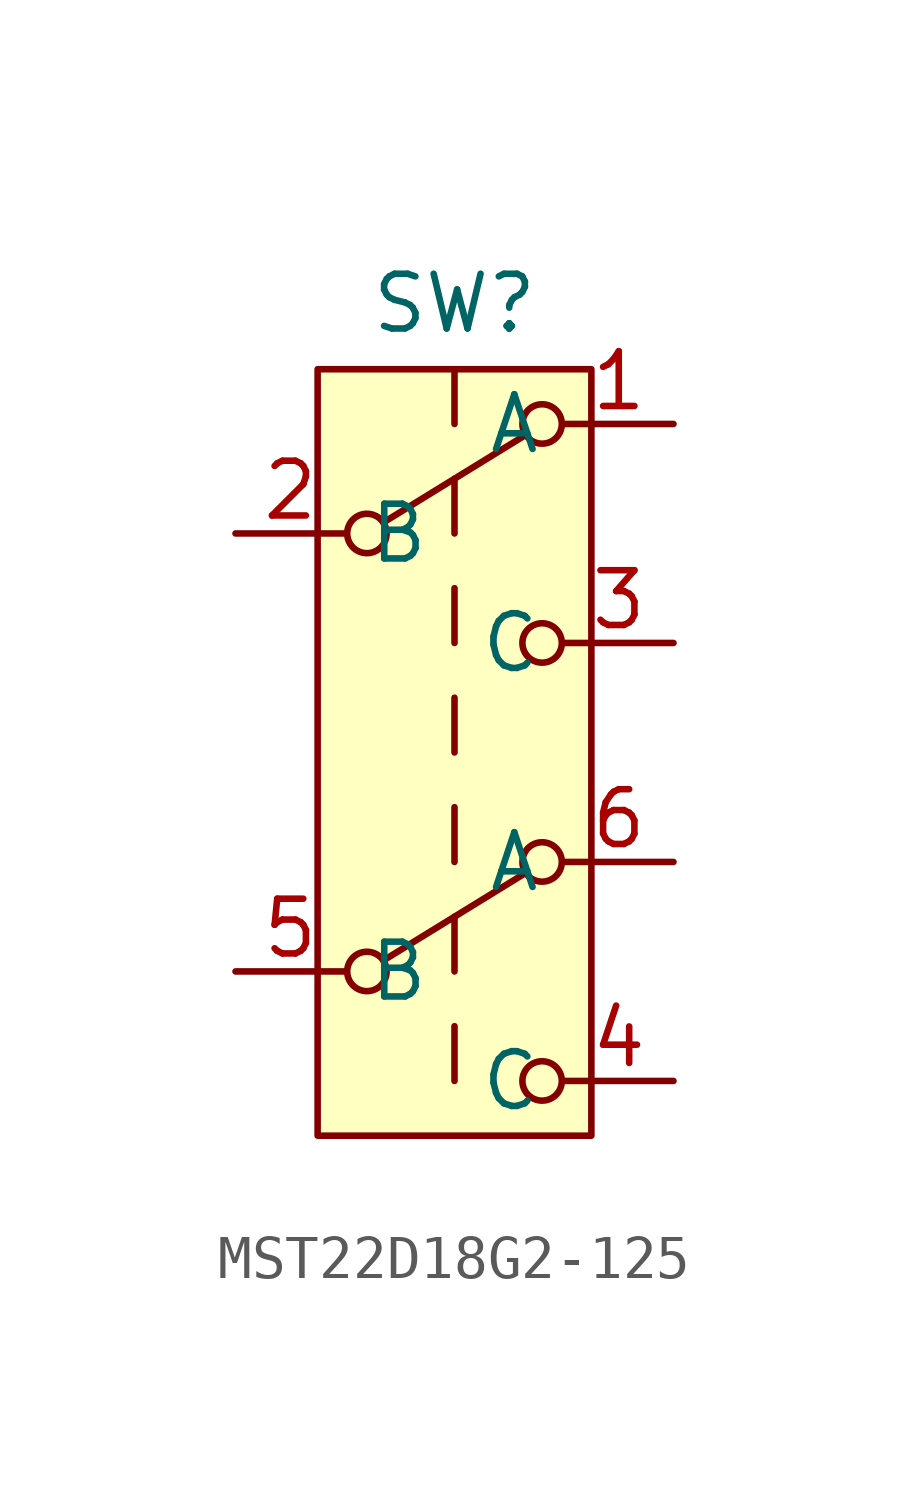
<source format=kicad_sym>
(kicad_symbol_lib
  (version 20231120)
  (generator "kicad_symbol_editor")
  (generator_version "8.0")
  (symbol "MST22D18G2-125"
    (property "Reference" "SW"
      (at 0 10.414 0)
      (effects (font (size 1.27 1.27))))
    (symbol "MST22D18G2-125_0_1"
      (circle (center -2.032 -5.08) (radius 0.457) (stroke (width 0) (type default)) (fill (type none)))
      (circle (center -2.032 5.08) (radius 0.457) (stroke (width 0) (type default)) (fill (type none)))
      (polyline (pts (xy -1.651 -4.826) (xy 1.651 -2.794)) (stroke (width 0) (type default)) (fill (type none)))
      (polyline (pts (xy -1.651 5.334) (xy 1.651 7.366)) (stroke (width 0) (type default)) (fill (type none)))
      (polyline (pts (xy 0 -7.62) (xy 0 -6.35)) (stroke (width 0) (type default)) (fill (type none)))
      (polyline (pts (xy 0 -5.08) (xy 0 -3.81)) (stroke (width 0) (type default)) (fill (type none)))
      (polyline (pts (xy 0 -2.54) (xy 0 -1.27)) (stroke (width 0) (type default)) (fill (type none)))
      (polyline (pts (xy 0 0) (xy 0 1.27)) (stroke (width 0) (type default)) (fill (type none)))
      (polyline (pts (xy 0 2.54) (xy 0 3.81)) (stroke (width 0) (type default)) (fill (type none)))
      (polyline (pts (xy 0 5.08) (xy 0 6.35)) (stroke (width 0) (type default)) (fill (type none)))
      (polyline (pts (xy 0 7.62) (xy 0 8.89)) (stroke (width 0) (type default)) (fill (type none)))
      (circle (center 2.032 -7.62) (radius 0.457) (stroke (width 0) (type default)) (fill (type none)))
      (circle (center 2.032 -2.54) (radius 0.457) (stroke (width 0) (type default)) (fill (type none)))
      (circle (center 2.032 2.54) (radius 0.457) (stroke (width 0) (type default)) (fill (type none)))
      (circle (center 2.032 7.62) (radius 0.457) (stroke (width 0) (type default)) (fill (type none))))
    (symbol "MST22D18G2-125_1_1"
      (rectangle (start -3.175 8.89) (end 3.175 -8.89) (stroke (width 0) (type default)) (fill (type background)))
      (pin passive line (at 5.08 7.62 180) (length 2.54) (name "A" (effects (font (size 1.27 1.27)))) (number "1" (effects (font (size 1.27 1.27)))))
      (pin passive line (at -5.08 5.08 0) (length 2.54) (name "B" (effects (font (size 1.27 1.27)))) (number "2" (effects (font (size 1.27 1.27)))))
      (pin passive line (at 5.08 2.54 180) (length 2.54) (name "C" (effects (font (size 1.27 1.27)))) (number "3" (effects (font (size 1.27 1.27)))))
      (pin passive line (at 5.08 -7.62 180) (length 2.54) (name "C" (effects (font (size 1.27 1.27)))) (number "4" (effects (font (size 1.27 1.27)))))
      (pin passive line (at -5.08 -5.08 0) (length 2.54) (name "B" (effects (font (size 1.27 1.27)))) (number "5" (effects (font (size 1.27 1.27)))))
      (pin passive line (at 5.08 -2.54 180) (length 2.54) (name "A" (effects (font (size 1.27 1.27)))) (number "6" (effects (font (size 1.27 1.27))))))))
</source>
